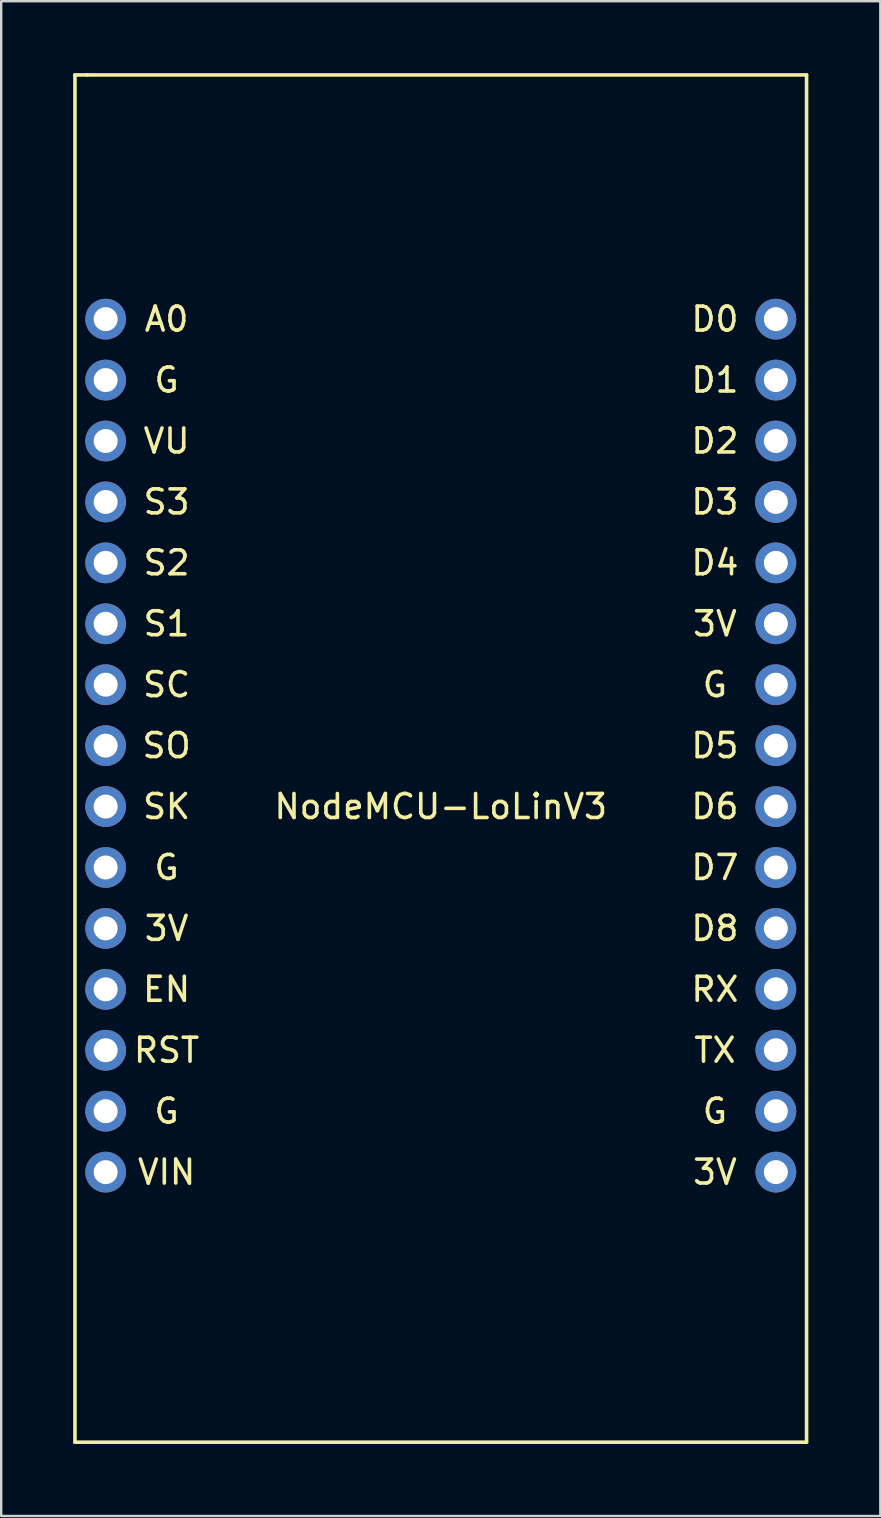
<source format=kicad_pcb>
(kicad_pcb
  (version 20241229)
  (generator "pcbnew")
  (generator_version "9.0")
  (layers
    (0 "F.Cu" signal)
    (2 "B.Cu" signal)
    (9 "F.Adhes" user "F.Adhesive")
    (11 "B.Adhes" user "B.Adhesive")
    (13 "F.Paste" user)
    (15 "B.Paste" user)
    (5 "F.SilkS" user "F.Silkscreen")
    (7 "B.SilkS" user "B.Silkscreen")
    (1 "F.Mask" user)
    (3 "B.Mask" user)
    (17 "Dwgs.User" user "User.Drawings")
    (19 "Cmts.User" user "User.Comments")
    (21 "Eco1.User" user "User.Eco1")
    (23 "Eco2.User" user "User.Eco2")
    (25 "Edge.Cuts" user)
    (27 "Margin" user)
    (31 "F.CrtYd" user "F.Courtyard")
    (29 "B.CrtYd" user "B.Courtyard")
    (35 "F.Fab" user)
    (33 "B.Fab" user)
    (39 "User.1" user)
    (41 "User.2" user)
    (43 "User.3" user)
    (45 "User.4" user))
  (footprint "NodeMCU-LoLinV3"
    (layer "F.Cu")
    (at 15.325 30.575)
    (property "Reference" "NodeMCU-LoLinV3" (at 0 0 0) (layer "F.SilkS") (effects (font (size 1 1) (thickness 0.15))))
    (attr through_hole)
    (fp_line (start -15.25 -30.5) (end -15.25 26.5) (stroke (width 0.15) (type solid)) (layer "F.SilkS"))
    (fp_line (start -15.25 26.5) (end 15.25 26.5) (stroke (width 0.15) (type solid)) (layer "F.SilkS"))
    (fp_line (start -14.75 -30.5) (end -15.25 -30.5) (stroke (width 0.15) (type solid)) (layer "F.SilkS"))
    (fp_line (start 15.25 -30.5) (end -14.75 -30.5) (stroke (width 0.15) (type solid)) (layer "F.SilkS"))
    (fp_line (start 15.25 26.5) (end 15.25 -30.5) (stroke (width 0.15) (type solid)) (layer "F.SilkS"))
    (fp_text user "G" (at -11.43 2.54 0) (layer "F.SilkS") (effects (font (size 1 1) (thickness 0.15))))
    (fp_text user "3V" (at -11.43 5.08 0) (layer "F.SilkS") (effects (font (size 1 1) (thickness 0.15))))
    (fp_text user "S1" (at -11.43 -7.62 0) (layer "F.SilkS") (effects (font (size 1 1) (thickness 0.15))))
    (fp_text user "D0" (at 11.43 -20.32 0) (layer "F.SilkS") (effects (font (size 1 1) (thickness 0.15))))
    (fp_text user "3V" (at 11.43 -7.62 0) (layer "F.SilkS") (effects (font (size 1 1) (thickness 0.15))))
    (fp_text user "RST" (at -11.43 10.16 0) (layer "F.SilkS") (effects (font (size 1 1) (thickness 0.15))))
    (fp_text user "D4" (at 11.43 -10.16 0) (layer "F.SilkS") (effects (font (size 1 1) (thickness 0.15))))
    (fp_text user "G" (at -11.43 -17.78 0) (layer "F.SilkS") (effects (font (size 1 1) (thickness 0.15))))
    (fp_text user "TX" (at 11.43 10.16 0) (layer "F.SilkS") (effects (font (size 1 1) (thickness 0.15))))
    (fp_text user "A0" (at -11.43 -20.32 0) (layer "F.SilkS") (effects (font (size 1 1) (thickness 0.15))))
    (fp_text user "D7" (at 11.43 2.54 0) (layer "F.SilkS") (effects (font (size 1 1) (thickness 0.15))))
    (fp_text user "D1" (at 11.43 -17.78 0) (layer "F.SilkS") (effects (font (size 1 1) (thickness 0.15))))
    (fp_text user "D5" (at 11.43 -2.54 0) (layer "F.SilkS") (effects (font (size 1 1) (thickness 0.15))))
    (fp_text user "D6" (at 11.43 0 0) (layer "F.SilkS") (effects (font (size 1 1) (thickness 0.15))))
    (fp_text user "D2" (at 11.43 -15.24 0) (layer "F.SilkS") (effects (font (size 1 1) (thickness 0.15))))
    (fp_text user "EN" (at -11.43 7.62 0) (layer "F.SilkS") (effects (font (size 1 1) (thickness 0.15))))
    (fp_text user "D3" (at 11.43 -12.7 0) (layer "F.SilkS") (effects (font (size 1 1) (thickness 0.15))))
    (fp_text user "S2" (at -11.43 -10.16 0) (layer "F.SilkS") (effects (font (size 1 1) (thickness 0.15))))
    (fp_text user "G" (at 11.43 -5.08 0) (layer "F.SilkS") (effects (font (size 1 1) (thickness 0.15))))
    (fp_text user "S3" (at -11.43 -12.7 0) (layer "F.SilkS") (effects (font (size 1 1) (thickness 0.15))))
    (fp_text user "SO" (at -11.43 -2.54 0) (layer "F.SilkS") (effects (font (size 1 1) (thickness 0.15))))
    (fp_text user "D8" (at 11.43 5.08 0) (layer "F.SilkS") (effects (font (size 1 1) (thickness 0.15))))
    (fp_text user "SK" (at -11.43 0 0) (layer "F.SilkS") (effects (font (size 1 1) (thickness 0.15))))
    (fp_text user "SC" (at -11.43 -5.08 0) (layer "F.SilkS") (effects (font (size 1 1) (thickness 0.15))))
    (fp_text user "G" (at 11.43 12.7 0) (layer "F.SilkS") (effects (font (size 1 1) (thickness 0.15))))
    (fp_text user "3V" (at 11.43 15.24 0) (layer "F.SilkS") (effects (font (size 1 1) (thickness 0.15))))
    (fp_text user "VIN" (at -11.43 15.24 0) (layer "F.SilkS") (effects (font (size 1 1) (thickness 0.15))))
    (fp_text user "G" (at -11.43 12.7 0) (layer "F.SilkS") (effects (font (size 1 1) (thickness 0.15))))
    (fp_text user "VU" (at -11.43 -15.24 0) (layer "F.SilkS") (effects (font (size 1 1) (thickness 0.15))))
    (fp_text user "RX" (at 11.43 7.62 0) (layer "F.SilkS") (effects (font (size 1 1) (thickness 0.15))))
    (pad "1" thru_hole circle (at -13.97 -20.32) (size 1.7 1.7) (drill 1) (layers "*.Cu" "*.Mask"))
    (pad "2" thru_hole circle (at -13.97 -17.78) (size 1.7 1.7) (drill 1) (layers "*.Cu" "*.Mask"))
    (pad "3" thru_hole circle (at -13.97 -15.24) (size 1.7 1.7) (drill 1) (layers "*.Cu" "*.Mask"))
    (pad "4" thru_hole circle (at -13.97 -12.7) (size 1.7 1.7) (drill 1) (layers "*.Cu" "*.Mask"))
    (pad "5" thru_hole circle (at -13.97 -10.16) (size 1.7 1.7) (drill 1) (layers "*.Cu" "*.Mask"))
    (pad "6" thru_hole circle (at -13.97 -7.62) (size 1.7 1.7) (drill 1) (layers "*.Cu" "*.Mask"))
    (pad "7" thru_hole circle (at -13.97 -5.08) (size 1.7 1.7) (drill 1) (layers "*.Cu" "*.Mask"))
    (pad "8" thru_hole circle (at -13.97 -2.54) (size 1.7 1.7) (drill 1) (layers "*.Cu" "*.Mask"))
    (pad "9" thru_hole circle (at -13.97 0) (size 1.7 1.7) (drill 1) (layers "*.Cu" "*.Mask"))
    (pad "10" thru_hole circle (at -13.97 2.54) (size 1.7 1.7) (drill 1) (layers "*.Cu" "*.Mask"))
    (pad "11" thru_hole circle (at -13.97 5.08) (size 1.7 1.7) (drill 1) (layers "*.Cu" "*.Mask"))
    (pad "12" thru_hole circle (at -13.97 7.62) (size 1.7 1.7) (drill 1) (layers "*.Cu" "*.Mask"))
    (pad "13" thru_hole circle (at -13.97 10.16) (size 1.7 1.7) (drill 1) (layers "*.Cu" "*.Mask"))
    (pad "14" thru_hole circle (at -13.97 12.7) (size 1.7 1.7) (drill 1) (layers "*.Cu" "*.Mask"))
    (pad "15" thru_hole circle (at -13.97 15.24) (size 1.7 1.7) (drill 1) (layers "*.Cu" "*.Mask"))
    (pad "16" thru_hole circle (at 13.97 15.24) (size 1.7 1.7) (drill 1) (layers "*.Cu" "*.Mask"))
    (pad "17" thru_hole circle (at 13.97 12.7) (size 1.7 1.7) (drill 1) (layers "*.Cu" "*.Mask"))
    (pad "18" thru_hole circle (at 13.97 10.16) (size 1.7 1.7) (drill 1) (layers "*.Cu" "*.Mask"))
    (pad "19" thru_hole circle (at 13.97 7.62) (size 1.7 1.7) (drill 1) (layers "*.Cu" "*.Mask"))
    (pad "20" thru_hole circle (at 13.97 5.08) (size 1.7 1.7) (drill 1) (layers "*.Cu" "*.Mask"))
    (pad "21" thru_hole circle (at 13.97 2.54) (size 1.7 1.7) (drill 1) (layers "*.Cu" "*.Mask"))
    (pad "22" thru_hole circle (at 13.97 0) (size 1.7 1.7) (drill 1) (layers "*.Cu" "*.Mask"))
    (pad "23" thru_hole circle (at 13.97 -2.54) (size 1.7 1.7) (drill 1) (layers "*.Cu" "*.Mask"))
    (pad "24" thru_hole circle (at 13.97 -5.08) (size 1.7 1.7) (drill 1) (layers "*.Cu" "*.Mask"))
    (pad "25" thru_hole circle (at 13.97 -7.62) (size 1.7 1.7) (drill 1) (layers "*.Cu" "*.Mask"))
    (pad "26" thru_hole circle (at 13.97 -10.16) (size 1.7 1.7) (drill 1) (layers "*.Cu" "*.Mask"))
    (pad "27" thru_hole circle (at 13.97 -12.7) (size 1.74 1.74) (drill 1) (layers "*.Cu" "*.Mask"))
    (pad "28" thru_hole circle (at 13.97 -15.24) (size 1.7 1.7) (drill 1) (layers "*.Cu" "*.Mask"))
    (pad "29" thru_hole circle (at 13.97 -17.78) (size 1.7 1.7) (drill 1) (layers "*.Cu" "*.Mask"))
    (pad "30" thru_hole circle (at 13.97 -20.32) (size 1.7 1.7) (drill 1) (layers "*.Cu" "*.Mask")))
  (gr_rect
    (start -3 -3)
    (end 33.65 60.15)
    (stroke (width 0.1) (type default))
    (fill no)
    (layer "Edge.Cuts")))
</source>
